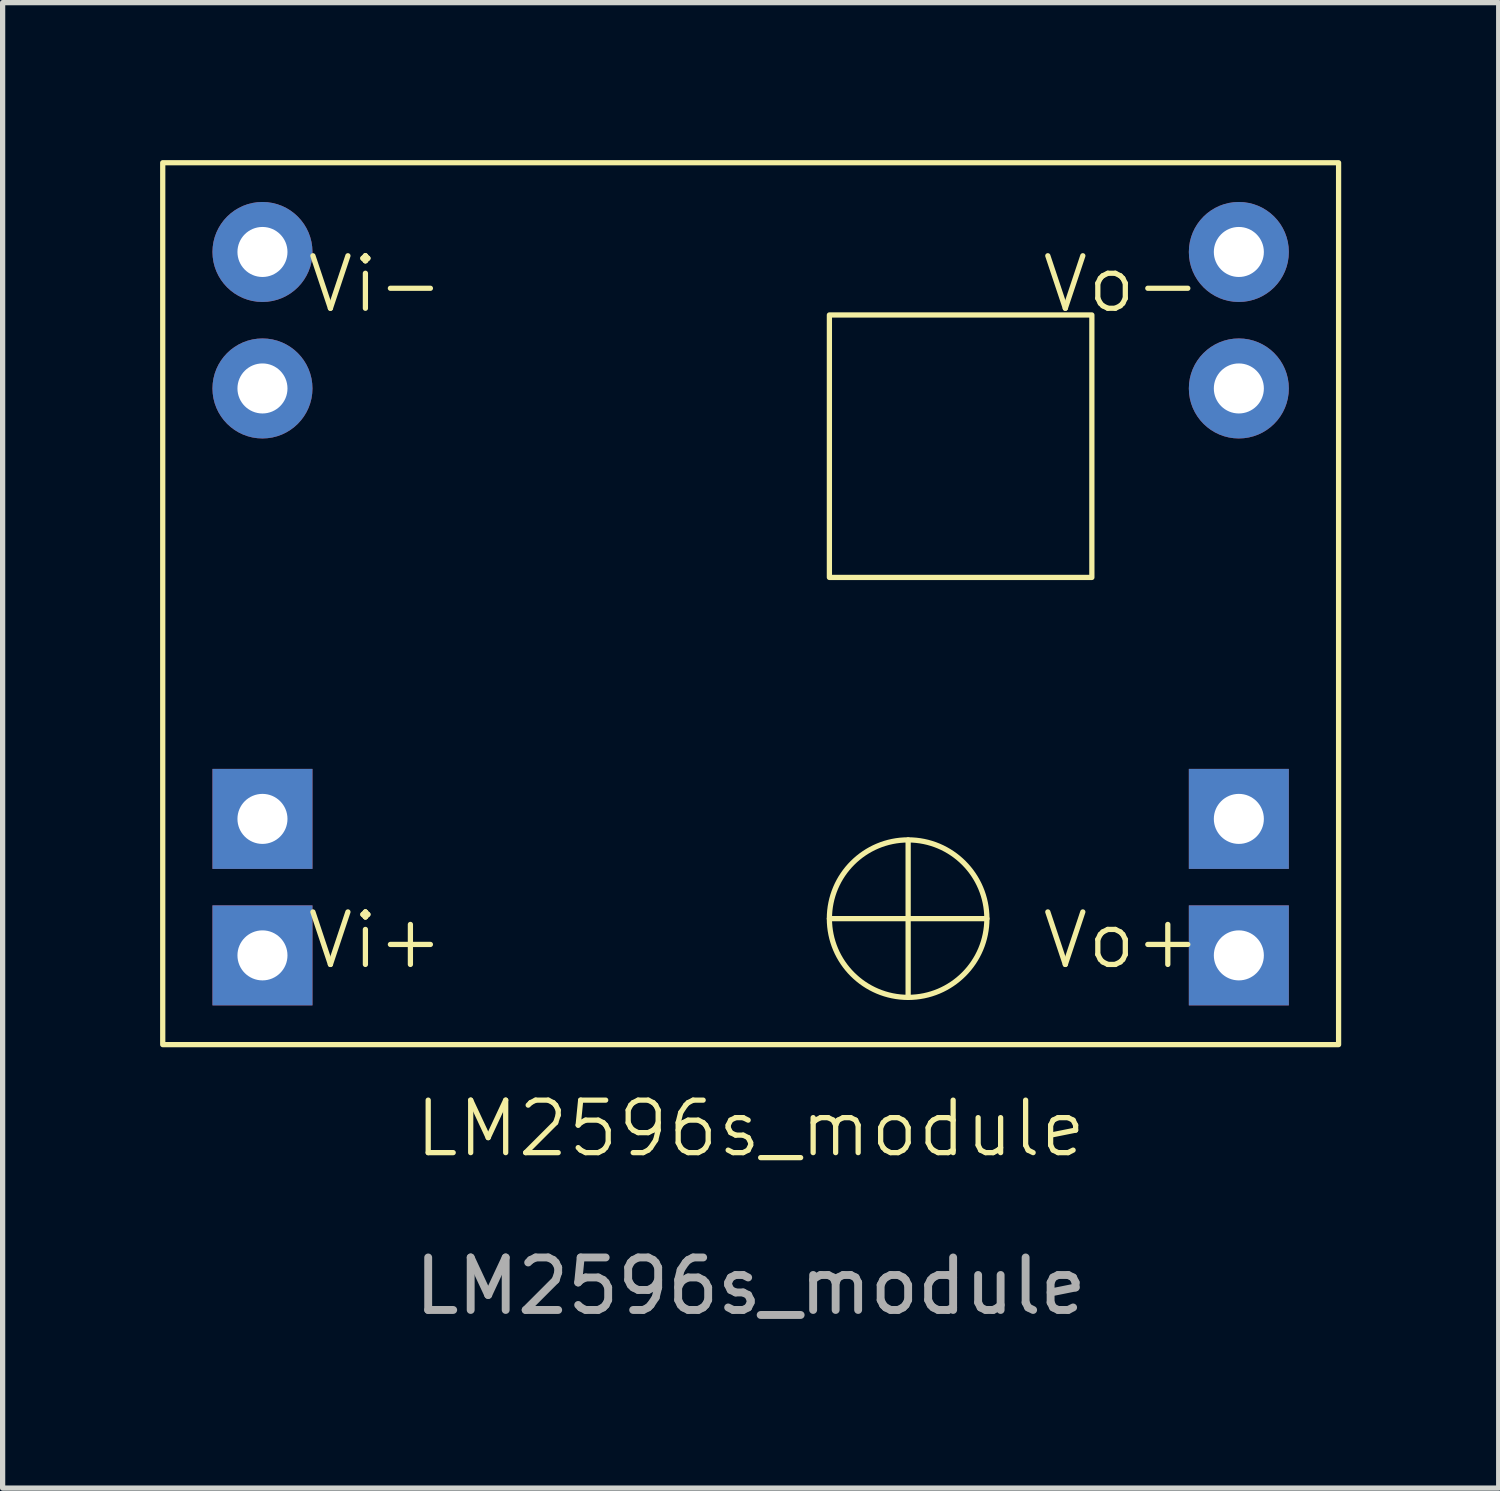
<source format=kicad_pcb>
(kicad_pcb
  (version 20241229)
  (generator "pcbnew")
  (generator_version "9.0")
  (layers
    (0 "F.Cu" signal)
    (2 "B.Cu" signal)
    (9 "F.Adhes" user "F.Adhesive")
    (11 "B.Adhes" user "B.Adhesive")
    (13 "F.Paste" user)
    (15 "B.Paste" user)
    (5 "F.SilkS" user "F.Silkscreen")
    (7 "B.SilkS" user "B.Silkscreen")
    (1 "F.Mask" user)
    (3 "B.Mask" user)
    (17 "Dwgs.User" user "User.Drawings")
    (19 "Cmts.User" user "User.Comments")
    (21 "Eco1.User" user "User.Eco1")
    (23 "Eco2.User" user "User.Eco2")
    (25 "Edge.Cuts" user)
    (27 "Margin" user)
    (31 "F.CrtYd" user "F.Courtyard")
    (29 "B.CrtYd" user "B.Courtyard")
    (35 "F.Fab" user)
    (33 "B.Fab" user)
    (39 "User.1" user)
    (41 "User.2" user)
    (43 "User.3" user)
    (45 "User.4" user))
  (footprint "LM2596s_module"
    (layer "F.Cu")
    (at 11.25 8.45)
    (property "Reference" "LM2596s_module" (at 0 10 0) (unlocked yes) (layer "F.SilkS") (effects (font (size 1 1) (thickness 0.1))))
    (attr through_hole)
    (fp_line (start 1.5 6) (end 4.5 6) (stroke (width 0.1) (type default)) (layer "F.SilkS"))
    (fp_line (start 3 4.5) (end 3 7.5) (stroke (width 0.1) (type default)) (layer "F.SilkS"))
    (fp_rect (start -11.2 -8.4) (end 11.2 8.4) (stroke (width 0.1) (type solid)) (fill no) (layer "F.SilkS"))
    (fp_rect (start 1.5 -5.5) (end 6.5 -0.5) (stroke (width 0.1) (type default)) (fill no) (layer "F.SilkS"))
    (fp_circle (center 3 6) (end 3 7.5) (stroke (width 0.1) (type default)) (fill no) (layer "F.SilkS"))
    (fp_text user "Vo-" (at 5.5 -5.5 0) (unlocked yes) (layer "F.SilkS") (effects (font (size 1 1) (thickness 0.1)) (justify left bottom)))
    (fp_text user "Vo+" (at 5.5 7 0) (unlocked yes) (layer "F.SilkS") (effects (font (size 1 1) (thickness 0.1)) (justify left bottom)))
    (fp_text user "Vi-" (at -8.5 -5.5 0) (unlocked yes) (layer "F.SilkS") (effects (font (size 1 1) (thickness 0.1)) (justify left bottom)))
    (fp_text user "Vi+" (at -8.5 7 0) (unlocked yes) (layer "F.SilkS") (effects (font (size 1 1) (thickness 0.1)) (justify left bottom)))
    (fp_text user "${REFERENCE}" (at 0 13 0) (unlocked yes) (layer "F.Fab") (effects (font (size 1 1) (thickness 0.15))))
    (pad "1" thru_hole oval (at -9.3 -6.7) (size 1.905 1.905) (drill 0.953) (layers "*.Cu" "*.Mask"))
    (pad "1" thru_hole oval (at -9.3 -4.1) (size 1.905 1.905) (drill 0.953) (layers "*.Cu" "*.Mask"))
    (pad "2" thru_hole rect (at -9.3 4.1) (size 1.905 1.905) (drill 0.953) (layers "*.Cu" "*.Mask"))
    (pad "2" thru_hole rect (at -9.3 6.7) (size 1.905 1.905) (drill 0.953) (layers "*.Cu" "*.Mask"))
    (pad "3" thru_hole oval (at 9.3 -6.7) (size 1.905 1.905) (drill 0.953) (layers "*.Cu" "*.Mask"))
    (pad "3" thru_hole oval (at 9.3 -4.1) (size 1.905 1.905) (drill 0.953) (layers "*.Cu" "*.Mask"))
    (pad "4" thru_hole rect (at 9.3 4.1) (size 1.905 1.905) (drill 0.953) (layers "*.Cu" "*.Mask"))
    (pad "4" thru_hole rect (at 9.3 6.7) (size 1.905 1.905) (drill 0.953) (layers "*.Cu" "*.Mask")))
  (gr_rect
    (start -3 -3)
    (end 25.5 25.298)
    (stroke (width 0.1) (type default))
    (fill no)
    (layer "Edge.Cuts")))
</source>
